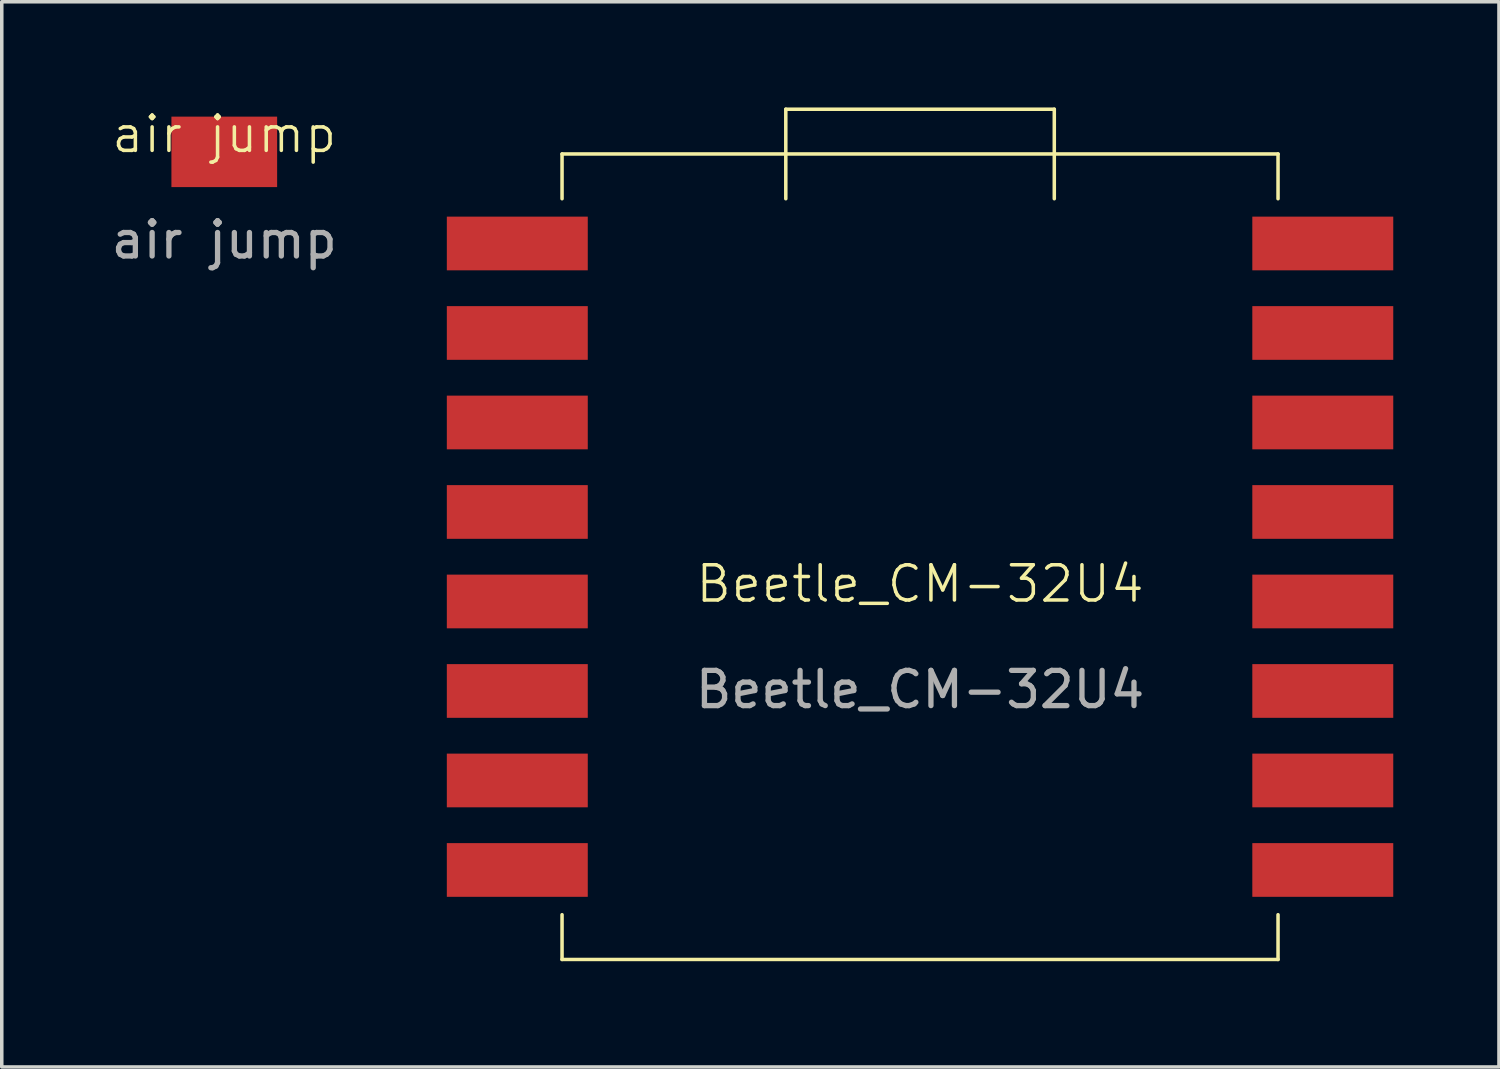
<source format=kicad_pcb>
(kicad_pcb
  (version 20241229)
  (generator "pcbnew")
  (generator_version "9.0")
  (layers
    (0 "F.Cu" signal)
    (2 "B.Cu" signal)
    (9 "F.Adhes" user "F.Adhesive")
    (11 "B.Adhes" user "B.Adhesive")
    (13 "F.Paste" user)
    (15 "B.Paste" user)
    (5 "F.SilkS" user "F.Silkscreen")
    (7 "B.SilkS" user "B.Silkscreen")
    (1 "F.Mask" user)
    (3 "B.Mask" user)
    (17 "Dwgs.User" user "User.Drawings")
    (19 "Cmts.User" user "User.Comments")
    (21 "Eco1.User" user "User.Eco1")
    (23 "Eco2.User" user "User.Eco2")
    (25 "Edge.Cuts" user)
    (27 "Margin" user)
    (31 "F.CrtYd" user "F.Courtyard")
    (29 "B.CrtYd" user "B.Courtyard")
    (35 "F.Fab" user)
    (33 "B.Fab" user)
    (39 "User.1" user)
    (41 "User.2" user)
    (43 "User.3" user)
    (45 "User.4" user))
  (footprint "air jump"
    (layer "F.Cu")
    (at 3.315 1.26)
    (property "Reference" "air jump" (at 0 -0.5 0) (unlocked yes) (layer "F.SilkS") (effects (font (size 1 1) (thickness 0.1))))
    (attr smd)
    (fp_text user "${REFERENCE}" (at 0 2.5 0) (unlocked yes) (layer "F.Fab") (effects (font (size 1 1) (thickness 0.15))))
    (pad "1" smd rect (at 0 0) (size 3 2) (layers "F.Cu" "F.Mask" "F.Paste")))
  (footprint "Beetle_CM-32U4"
    (layer "F.Cu")
    (at 23.061 14.02)
    (property "Reference" "Beetle_CM-32U4" (at 0 -0.5 0) (unlocked yes) (layer "F.SilkS") (effects (font (size 1 1) (thickness 0.1))))
    (attr smd)
    (fp_line (start -10.16 -12.7) (end -10.16 -11.43) (stroke (width 0.1) (type default)) (layer "F.SilkS"))
    (fp_line (start -10.16 -12.7) (end 10.16 -12.7) (stroke (width 0.1) (type default)) (layer "F.SilkS"))
    (fp_line (start -10.16 10.16) (end -10.16 8.89) (stroke (width 0.1) (type default)) (layer "F.SilkS"))
    (fp_line (start -3.81 -13.97) (end 3.81 -13.97) (stroke (width 0.1) (type default)) (layer "F.SilkS"))
    (fp_line (start -3.81 -12.7) (end -3.81 -13.97) (stroke (width 0.1) (type default)) (layer "F.SilkS"))
    (fp_line (start -3.81 -12.7) (end -3.81 -11.43) (stroke (width 0.1) (type default)) (layer "F.SilkS"))
    (fp_line (start 3.81 -13.97) (end 3.81 -11.43) (stroke (width 0.1) (type default)) (layer "F.SilkS"))
    (fp_line (start 10.16 -11.43) (end 10.16 -12.7) (stroke (width 0.1) (type default)) (layer "F.SilkS"))
    (fp_line (start 10.16 10.16) (end -10.16 10.16) (stroke (width 0.1) (type default)) (layer "F.SilkS"))
    (fp_line (start 10.16 10.16) (end 10.16 8.89) (stroke (width 0.1) (type default)) (layer "F.SilkS"))
    (fp_text user "${REFERENCE}" (at 0 2.5 0) (unlocked yes) (layer "F.Fab") (effects (font (size 1 1) (thickness 0.15))))
    (pad "1" smd rect (at -11.43 -10.16) (size 4 1.524) (layers "F.Cu" "F.Mask" "F.Paste"))
    (pad "2" smd rect (at -11.43 -7.62) (size 4 1.524) (layers "F.Cu" "F.Mask" "F.Paste"))
    (pad "3" smd rect (at -11.43 -5.08) (size 4 1.524) (layers "F.Cu" "F.Mask" "F.Paste"))
    (pad "4" smd rect (at -11.43 -2.54) (size 4 1.524) (layers "F.Cu" "F.Mask" "F.Paste"))
    (pad "5" smd rect (at -11.43 0) (size 4 1.524) (layers "F.Cu" "F.Mask" "F.Paste"))
    (pad "6" smd rect (at -11.43 2.54) (size 4 1.524) (layers "F.Cu" "F.Mask" "F.Paste"))
    (pad "7" smd rect (at -11.43 5.08) (size 4 1.524) (layers "F.Cu" "F.Mask" "F.Paste"))
    (pad "8" smd rect (at -11.43 7.62) (size 4 1.524) (layers "F.Cu" "F.Mask" "F.Paste"))
    (pad "9" smd rect (at 11.43 7.62) (size 4 1.524) (layers "F.Cu" "F.Mask" "F.Paste"))
    (pad "10" smd rect (at 11.43 5.08) (size 4 1.524) (layers "F.Cu" "F.Mask" "F.Paste"))
    (pad "11" smd rect (at 11.43 2.54) (size 4 1.524) (layers "F.Cu" "F.Mask" "F.Paste"))
    (pad "12" smd rect (at 11.43 0) (size 4 1.524) (layers "F.Cu" "F.Mask" "F.Paste"))
    (pad "13" smd rect (at 11.43 -2.54) (size 4 1.524) (layers "F.Cu" "F.Mask" "F.Paste"))
    (pad "14" smd rect (at 11.43 -5.08) (size 4 1.524) (layers "F.Cu" "F.Mask" "F.Paste"))
    (pad "15" smd rect (at 11.43 -7.62) (size 4 1.524) (layers "F.Cu" "F.Mask" "F.Paste"))
    (pad "16" smd rect (at 11.43 -10.16) (size 4 1.524) (layers "F.Cu" "F.Mask" "F.Paste")))
  (gr_rect
    (start -3 -3)
    (end 39.491 27.23)
    (stroke (width 0.1) (type default))
    (fill no)
    (layer "Edge.Cuts")))
</source>
